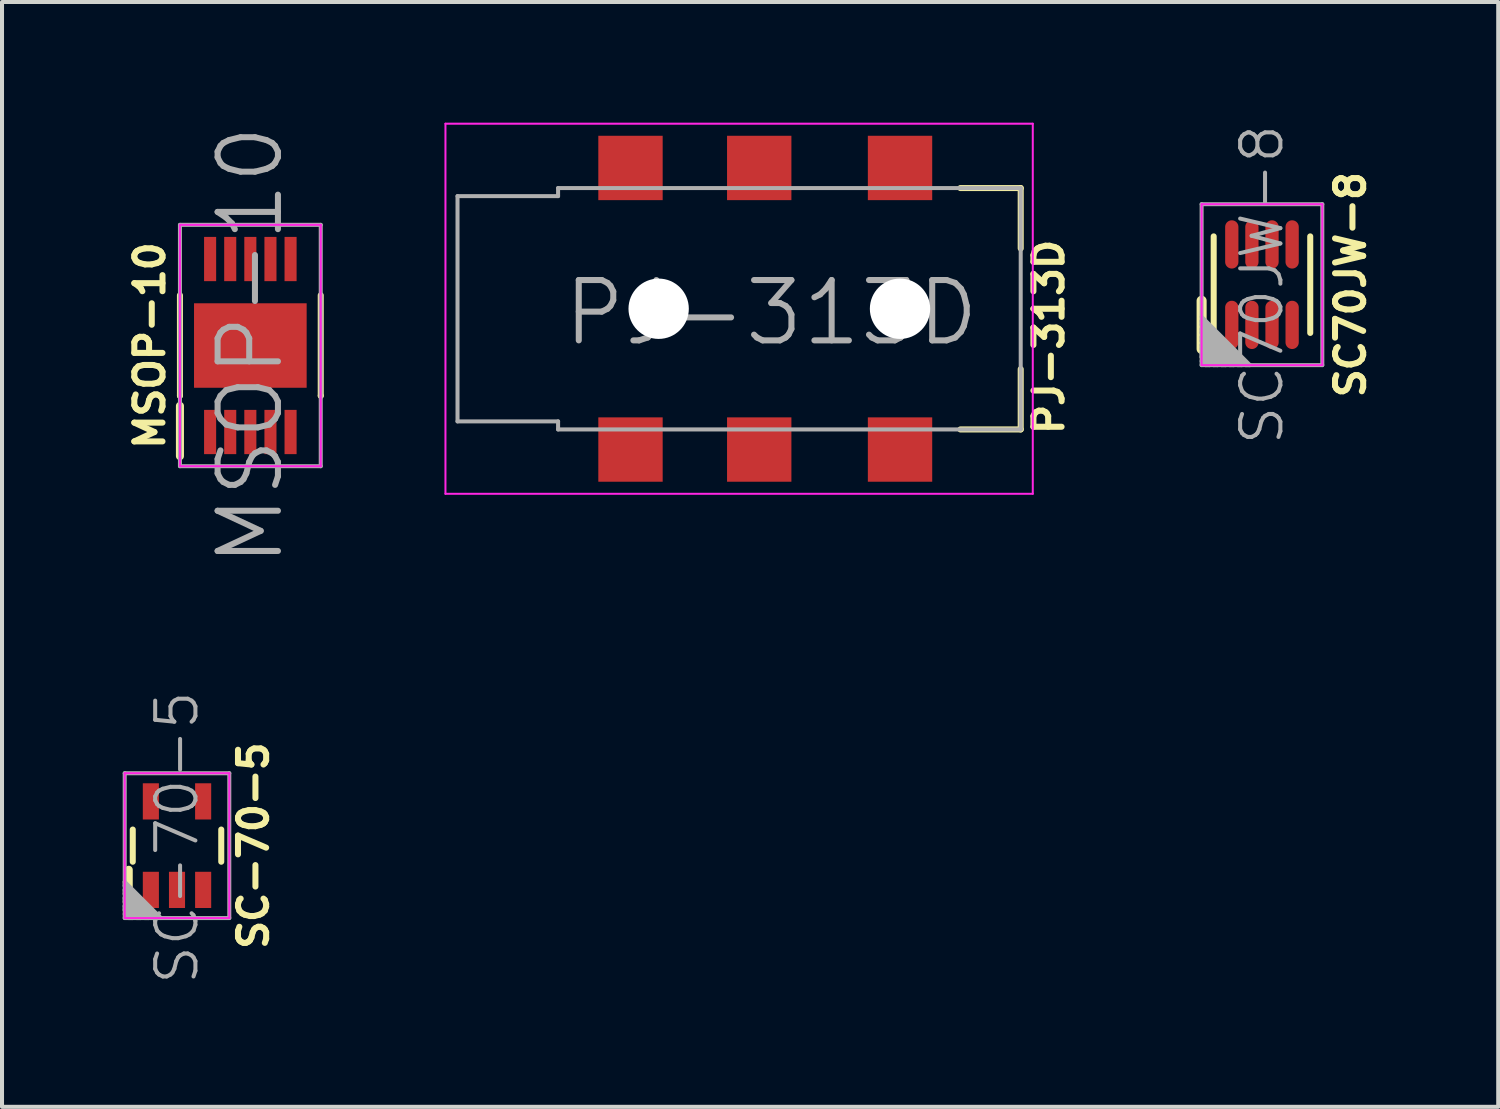
<source format=kicad_pcb>
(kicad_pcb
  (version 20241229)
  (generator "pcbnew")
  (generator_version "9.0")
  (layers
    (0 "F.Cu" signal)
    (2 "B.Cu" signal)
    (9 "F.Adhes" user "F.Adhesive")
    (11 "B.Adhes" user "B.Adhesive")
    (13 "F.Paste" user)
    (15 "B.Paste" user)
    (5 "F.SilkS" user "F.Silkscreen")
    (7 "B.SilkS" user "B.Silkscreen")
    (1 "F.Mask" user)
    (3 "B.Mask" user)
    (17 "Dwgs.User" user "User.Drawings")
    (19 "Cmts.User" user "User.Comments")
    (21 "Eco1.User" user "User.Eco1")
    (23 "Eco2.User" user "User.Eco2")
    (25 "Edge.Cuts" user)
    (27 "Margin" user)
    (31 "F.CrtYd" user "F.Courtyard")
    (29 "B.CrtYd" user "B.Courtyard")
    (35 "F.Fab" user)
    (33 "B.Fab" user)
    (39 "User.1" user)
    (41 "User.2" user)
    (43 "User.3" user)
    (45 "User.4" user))
  (footprint "MSOP-10"
    (layer "F.Cu")
    (at 3.173 5.539)
    (property "Reference" "MSOP-10" (at -2.5 0 90) (layer "F.SilkS") (effects (font (size 0.7 0.7) (thickness 0.15))))
    (attr through_hole)
    (fp_line (start -1.75 -1.25) (end -1.75 1.25) (stroke (width 0.15) (type solid)) (layer "F.SilkS"))
    (fp_line (start -1.75 1.25) (end -1.75 1.25) (stroke (width 0.15) (type solid)) (layer "F.SilkS"))
    (fp_line (start -1.75 1.5) (end -1.75 2.75) (stroke (width 0.2) (type solid)) (layer "F.SilkS"))
    (fp_line (start -1.75 2.75) (end -1.75 2.75) (stroke (width 0.15) (type solid)) (layer "F.SilkS"))
    (fp_line (start 1.75 -1.25) (end 1.75 1.25) (stroke (width 0.15) (type solid)) (layer "F.SilkS"))
    (fp_line (start 1.75 1.25) (end 1.75 1.25) (stroke (width 0.15) (type solid)) (layer "F.SilkS"))
    (fp_line (start -1.75 -3) (end -1.75 -3) (stroke (width 0.05) (type solid)) (layer "F.CrtYd"))
    (fp_line (start -1.75 -3) (end 1.75 -3) (stroke (width 0.05) (type solid)) (layer "F.CrtYd"))
    (fp_line (start -1.75 3) (end -1.75 -3) (stroke (width 0.05) (type solid)) (layer "F.CrtYd"))
    (fp_line (start 1.75 -3) (end 1.75 3) (stroke (width 0.05) (type solid)) (layer "F.CrtYd"))
    (fp_line (start 1.75 3) (end -1.75 3) (stroke (width 0.05) (type solid)) (layer "F.CrtYd"))
    (fp_line (start -1.75 -3) (end 1.75 -3) (stroke (width 0.1) (type solid)) (layer "F.Fab"))
    (fp_line (start -1.75 3) (end -1.75 -3) (stroke (width 0.1) (type solid)) (layer "F.Fab"))
    (fp_line (start 1.75 -3) (end 1.75 3) (stroke (width 0.1) (type solid)) (layer "F.Fab"))
    (fp_line (start 1.75 3) (end -1.75 3) (stroke (width 0.1) (type solid)) (layer "F.Fab"))
    (fp_text user "${REFERENCE}" (at 0 0 90) (layer "F.Fab") (effects (font (size 1.5 1.5) (thickness 0.15))))
    (pad "1" smd rect (at -1 2.15) (size 0.3 1.1) (layers "F.Cu" "F.Mask" "F.Paste"))
    (pad "2" smd rect (at -0.5 2.15) (size 0.3 1.1) (layers "F.Cu" "F.Mask" "F.Paste"))
    (pad "3" smd rect (at 0 2.15) (size 0.3 1.1) (layers "F.Cu" "F.Mask" "F.Paste"))
    (pad "4" smd rect (at 0.5 2.15) (size 0.3 1.1) (layers "F.Cu" "F.Mask" "F.Paste"))
    (pad "5" smd rect (at 1 2.15) (size 0.3 1.1) (layers "F.Cu" "F.Mask" "F.Paste"))
    (pad "6" smd rect (at 1 -2.15) (size 0.3 1.1) (layers "F.Cu" "F.Mask" "F.Paste"))
    (pad "7" smd rect (at 0.5 -2.15) (size 0.3 1.1) (layers "F.Cu" "F.Mask" "F.Paste"))
    (pad "8" smd rect (at 0 -2.15) (size 0.3 1.1) (layers "F.Cu" "F.Mask" "F.Paste"))
    (pad "9" smd rect (at -0.5 -2.15) (size 0.3 1.1) (layers "F.Cu" "F.Mask" "F.Paste"))
    (pad "10" smd rect (at -1 -2.15) (size 0.3 1.1) (layers "F.Cu" "F.Mask" "F.Paste"))
    (pad "FLAG" smd rect (at 0 0) (size 2.8 2.1) (layers "F.Cu" "F.Mask" "F.Paste")))
  (footprint "SC-70-5"
    (layer "F.Cu")
    (at 1.35 17.971)
    (property "Reference" "SC-70-5" (at 1.9 0 90) (layer "F.SilkS") (effects (font (size 0.7 0.7) (thickness 0.15))))
    (attr smd)
    (fp_line (start -1.2 1.6) (end -1.2 0.6) (stroke (width 0.2) (type solid)) (layer "F.SilkS"))
    (fp_line (start -1.1 0.4) (end -1.1 -0.4) (stroke (width 0.15) (type solid)) (layer "F.SilkS"))
    (fp_line (start 1.1 -0.4) (end 1.1 0.4) (stroke (width 0.15) (type solid)) (layer "F.SilkS"))
    (fp_line (start -1.3 -1.8) (end 1.3 -1.8) (stroke (width 0.05) (type solid)) (layer "F.CrtYd"))
    (fp_line (start -1.3 1.8) (end -1.3 -1.8) (stroke (width 0.05) (type solid)) (layer "F.CrtYd"))
    (fp_line (start 1.3 -1.8) (end 1.3 1.8) (stroke (width 0.05) (type solid)) (layer "F.CrtYd"))
    (fp_line (start 1.3 1.8) (end -1.3 1.8) (stroke (width 0.05) (type solid)) (layer "F.CrtYd"))
    (fp_line (start -1.3 -1.8) (end 1.3 -1.8) (stroke (width 0.1) (type solid)) (layer "F.Fab"))
    (fp_line (start -1.3 0.9) (end -0.4 1.8) (stroke (width 0.1) (type solid)) (layer "F.Fab"))
    (fp_line (start -1.3 1) (end -1.3 0.9) (stroke (width 0.1) (type solid)) (layer "F.Fab"))
    (fp_line (start -1.3 1.1) (end -0.6 1.8) (stroke (width 0.1) (type solid)) (layer "F.Fab"))
    (fp_line (start -1.3 1.2) (end -1.3 1.1) (stroke (width 0.1) (type solid)) (layer "F.Fab"))
    (fp_line (start -1.3 1.3) (end -0.8 1.8) (stroke (width 0.1) (type solid)) (layer "F.Fab"))
    (fp_line (start -1.3 1.4) (end -1.3 1.3) (stroke (width 0.1) (type solid)) (layer "F.Fab"))
    (fp_line (start -1.3 1.5) (end -1 1.8) (stroke (width 0.1) (type solid)) (layer "F.Fab"))
    (fp_line (start -1.3 1.6) (end -1.3 1.5) (stroke (width 0.1) (type solid)) (layer "F.Fab"))
    (fp_line (start -1.3 1.7) (end -1.2 1.8) (stroke (width 0.1) (type solid)) (layer "F.Fab"))
    (fp_line (start -1.3 1.8) (end -1.3 -1.8) (stroke (width 0.1) (type solid)) (layer "F.Fab"))
    (fp_line (start -1.2 1.8) (end -1.1 1.8) (stroke (width 0.1) (type solid)) (layer "F.Fab"))
    (fp_line (start -1.1 1.8) (end -1.3 1.6) (stroke (width 0.1) (type solid)) (layer "F.Fab"))
    (fp_line (start -1 1.8) (end -0.9 1.8) (stroke (width 0.1) (type solid)) (layer "F.Fab"))
    (fp_line (start -0.9 1.8) (end -1.3 1.4) (stroke (width 0.1) (type solid)) (layer "F.Fab"))
    (fp_line (start -0.8 1.8) (end -0.7 1.8) (stroke (width 0.1) (type solid)) (layer "F.Fab"))
    (fp_line (start -0.7 1.8) (end -1.3 1.2) (stroke (width 0.1) (type solid)) (layer "F.Fab"))
    (fp_line (start -0.6 1.8) (end -0.5 1.8) (stroke (width 0.1) (type solid)) (layer "F.Fab"))
    (fp_line (start -0.5 1.8) (end -1.3 1) (stroke (width 0.1) (type solid)) (layer "F.Fab"))
    (fp_line (start 1.3 -1.8) (end 1.3 1.8) (stroke (width 0.1) (type solid)) (layer "F.Fab"))
    (fp_line (start 1.3 1.8) (end -1.3 1.8) (stroke (width 0.1) (type solid)) (layer "F.Fab"))
    (fp_text user "${REFERENCE}" (at 0 -0.2 90) (layer "F.Fab") (effects (font (size 1 1) (thickness 0.1))))
    (pad "1" smd rect (at -0.65 1.1) (size 0.4 0.9) (layers "F.Cu" "F.Mask" "F.Paste"))
    (pad "2" smd rect (at 0 1.1) (size 0.4 0.9) (layers "F.Cu" "F.Mask" "F.Paste"))
    (pad "3" smd rect (at 0.65 1.1) (size 0.4 0.9) (layers "F.Cu" "F.Mask" "F.Paste"))
    (pad "4" smd rect (at 0.65 -1.1) (size 0.4 0.9) (layers "F.Cu" "F.Mask" "F.Paste"))
    (pad "5" smd rect (at -0.65 -1.1) (size 0.4 0.9) (layers "F.Cu" "F.Mask" "F.Paste")))
  (footprint "PJ-313D"
    (layer "F.Cu")
    (at 10.823 4.625)
    (property "Reference" "PJ-313D" (at 12.2 0.7 90) (layer "F.SilkS") (effects (font (size 0.7 0.7) (thickness 0.15))))
    (attr through_hole)
    (fp_line (start 11.5 -3) (end 10 -3) (stroke (width 0.15) (type solid)) (layer "F.SilkS"))
    (fp_line (start 11.5 -3) (end 11.5 -1.5) (stroke (width 0.15) (type solid)) (layer "F.SilkS"))
    (fp_line (start 11.5 3) (end 10 3) (stroke (width 0.15) (type solid)) (layer "F.SilkS"))
    (fp_line (start 11.5 3) (end 11.5 1.5) (stroke (width 0.15) (type solid)) (layer "F.SilkS"))
    (fp_line (start -2.8 -4.6) (end 11.8 -4.6) (stroke (width 0.05) (type solid)) (layer "F.CrtYd"))
    (fp_line (start -2.8 4.6) (end -2.8 -4.6) (stroke (width 0.05) (type solid)) (layer "F.CrtYd"))
    (fp_line (start 11.8 -4.6) (end 11.8 4.6) (stroke (width 0.05) (type solid)) (layer "F.CrtYd"))
    (fp_line (start 11.8 4.6) (end -2.8 4.6) (stroke (width 0.05) (type solid)) (layer "F.CrtYd"))
    (fp_line (start -2.5 -2.8) (end 0 -2.8) (stroke (width 0.1) (type solid)) (layer "F.Fab"))
    (fp_line (start -2.5 2.8) (end -2.5 -2.8) (stroke (width 0.1) (type solid)) (layer "F.Fab"))
    (fp_line (start 0 -3) (end 11.5 -3) (stroke (width 0.1) (type solid)) (layer "F.Fab"))
    (fp_line (start 0 -2.8) (end 0 -3) (stroke (width 0.1) (type solid)) (layer "F.Fab"))
    (fp_line (start 0 2.8) (end -2.5 2.8) (stroke (width 0.1) (type solid)) (layer "F.Fab"))
    (fp_line (start 0 3) (end 0 2.8) (stroke (width 0.1) (type solid)) (layer "F.Fab"))
    (fp_line (start 11.5 -3) (end 11.5 3) (stroke (width 0.1) (type solid)) (layer "F.Fab"))
    (fp_line (start 11.5 3) (end 0 3) (stroke (width 0.1) (type solid)) (layer "F.Fab"))
    (fp_text user "${REFERENCE}" (at 5.3 0.1 0) (layer "F.Fab") (effects (font (size 1.5 1.5) (thickness 0.15))))
    (pad "" np_thru_hole circle (at 2.5 0) (size 1.5 1.5) (drill 1.5) (layers "*.Cu" "*.Mask"))
    (pad "" np_thru_hole circle (at 8.5 0) (size 1.5 1.5) (drill 1.5) (layers "*.Cu" "*.Mask"))
    (pad "GND" smd rect (at 1.8 -3.5) (size 1.6 1.6) (layers "F.Cu" "F.Mask" "F.Paste"))
    (pad "GND" smd rect (at 1.8 3.5) (size 1.6 1.6) (layers "F.Cu" "F.Mask" "F.Paste"))
    (pad "L" smd rect (at 8.5 -3.5) (size 1.6 1.6) (layers "F.Cu" "F.Mask" "F.Paste"))
    (pad "L" smd rect (at 8.5 3.5) (size 1.6 1.6) (layers "F.Cu" "F.Mask" "F.Paste"))
    (pad "R" smd rect (at 5 -3.5) (size 1.6 1.6) (layers "F.Cu" "F.Mask" "F.Paste"))
    (pad "R" smd rect (at 5 3.5) (size 1.6 1.6) (layers "F.Cu" "F.Mask" "F.Paste")))
  (footprint "SC70JW-8"
    (layer "F.Cu")
    (at 28.32 4.026)
    (property "Reference" "SC70JW-8" (at 2.2 0 90) (layer "F.SilkS") (effects (font (size 0.7 0.7) (thickness 0.15))))
    (attr through_hole)
    (fp_line (start -1.5 1.6) (end -1.5 0.4) (stroke (width 0.25) (type solid)) (layer "F.SilkS"))
    (fp_line (start -1.2 -1.2) (end -1.2 1.2) (stroke (width 0.15) (type solid)) (layer "F.SilkS"))
    (fp_line (start 1.2 -1.2) (end 1.2 1.2) (stroke (width 0.15) (type solid)) (layer "F.SilkS"))
    (fp_line (start -1.5 -2) (end 1.5 -2) (stroke (width 0.05) (type solid)) (layer "F.CrtYd"))
    (fp_line (start -1.5 2) (end -1.5 -2) (stroke (width 0.05) (type solid)) (layer "F.CrtYd"))
    (fp_line (start 1.5 -2) (end 1.5 2) (stroke (width 0.05) (type solid)) (layer "F.CrtYd"))
    (fp_line (start 1.5 2) (end -1.5 2) (stroke (width 0.05) (type solid)) (layer "F.CrtYd"))
    (fp_line (start -1.5 -2) (end 1.5 -2) (stroke (width 0.1) (type solid)) (layer "F.Fab"))
    (fp_line (start -1.5 0.9) (end -0.4 2) (stroke (width 0.1) (type solid)) (layer "F.Fab"))
    (fp_line (start -1.5 1) (end -1.5 0.9) (stroke (width 0.1) (type solid)) (layer "F.Fab"))
    (fp_line (start -1.5 1.1) (end -0.6 2) (stroke (width 0.1) (type solid)) (layer "F.Fab"))
    (fp_line (start -1.5 1.2) (end -1.5 1.1) (stroke (width 0.1) (type solid)) (layer "F.Fab"))
    (fp_line (start -1.5 1.3) (end -0.8 2) (stroke (width 0.1) (type solid)) (layer "F.Fab"))
    (fp_line (start -1.5 1.4) (end -1.5 1.3) (stroke (width 0.1) (type solid)) (layer "F.Fab"))
    (fp_line (start -1.5 1.5) (end -1 2) (stroke (width 0.1) (type solid)) (layer "F.Fab"))
    (fp_line (start -1.5 1.6) (end -1.5 1.5) (stroke (width 0.1) (type solid)) (layer "F.Fab"))
    (fp_line (start -1.5 1.7) (end -1.2 2) (stroke (width 0.1) (type solid)) (layer "F.Fab"))
    (fp_line (start -1.5 1.8) (end -1.5 1.7) (stroke (width 0.1) (type solid)) (layer "F.Fab"))
    (fp_line (start -1.5 1.9) (end -1.4 2) (stroke (width 0.1) (type solid)) (layer "F.Fab"))
    (fp_line (start -1.5 2) (end -1.5 -2) (stroke (width 0.1) (type solid)) (layer "F.Fab"))
    (fp_line (start -1.4 2) (end -1.3 2) (stroke (width 0.1) (type solid)) (layer "F.Fab"))
    (fp_line (start -1.3 2) (end -1.5 1.8) (stroke (width 0.1) (type solid)) (layer "F.Fab"))
    (fp_line (start -1.2 2) (end -1.1 2) (stroke (width 0.1) (type solid)) (layer "F.Fab"))
    (fp_line (start -1.1 2) (end -1.5 1.6) (stroke (width 0.1) (type solid)) (layer "F.Fab"))
    (fp_line (start -1 2) (end -0.9 2) (stroke (width 0.1) (type solid)) (layer "F.Fab"))
    (fp_line (start -0.9 2) (end -1.5 1.4) (stroke (width 0.1) (type solid)) (layer "F.Fab"))
    (fp_line (start -0.8 2) (end -0.7 2) (stroke (width 0.1) (type solid)) (layer "F.Fab"))
    (fp_line (start -0.7 2) (end -1.5 1.2) (stroke (width 0.1) (type solid)) (layer "F.Fab"))
    (fp_line (start -0.6 2) (end -0.5 2) (stroke (width 0.1) (type solid)) (layer "F.Fab"))
    (fp_line (start -0.5 2) (end -1.5 1) (stroke (width 0.1) (type solid)) (layer "F.Fab"))
    (fp_line (start -0.4 2) (end -0.3 2) (stroke (width 0.1) (type solid)) (layer "F.Fab"))
    (fp_line (start -0.3 2) (end -1.5 0.8) (stroke (width 0.1) (type solid)) (layer "F.Fab"))
    (fp_line (start 1.5 -2) (end 1.5 2) (stroke (width 0.1) (type solid)) (layer "F.Fab"))
    (fp_line (start 1.5 2) (end -1.5 2) (stroke (width 0.1) (type solid)) (layer "F.Fab"))
    (fp_text user "${REFERENCE}" (at 0 0 90) (layer "F.Fab") (effects (font (size 1 1) (thickness 0.1))))
    (pad "1" smd oval (at -0.75 1) (size 0.33 1.2) (layers "F.Cu" "F.Mask" "F.Paste"))
    (pad "2" smd oval (at -0.25 1) (size 0.33 1.2) (layers "F.Cu" "F.Mask" "F.Paste"))
    (pad "3" smd oval (at 0.25 1) (size 0.33 1.2) (layers "F.Cu" "F.Mask" "F.Paste"))
    (pad "4" smd oval (at 0.75 1) (size 0.33 1.2) (layers "F.Cu" "F.Mask" "F.Paste"))
    (pad "5" smd oval (at 0.75 -1) (size 0.33 1.2) (layers "F.Cu" "F.Mask" "F.Paste"))
    (pad "6" smd oval (at 0.25 -1) (size 0.33 1.2) (layers "F.Cu" "F.Mask" "F.Paste"))
    (pad "7" smd oval (at -0.25 -1) (size 0.33 1.2) (layers "F.Cu" "F.Mask" "F.Paste"))
    (pad "8" smd oval (at -0.75 -1) (size 0.33 1.2) (layers "F.Cu" "F.Mask" "F.Paste")))
  (gr_rect
    (start -3 -3)
    (end 34.193 24.464)
    (stroke (width 0.1) (type default))
    (fill no)
    (layer "Edge.Cuts")))
</source>
